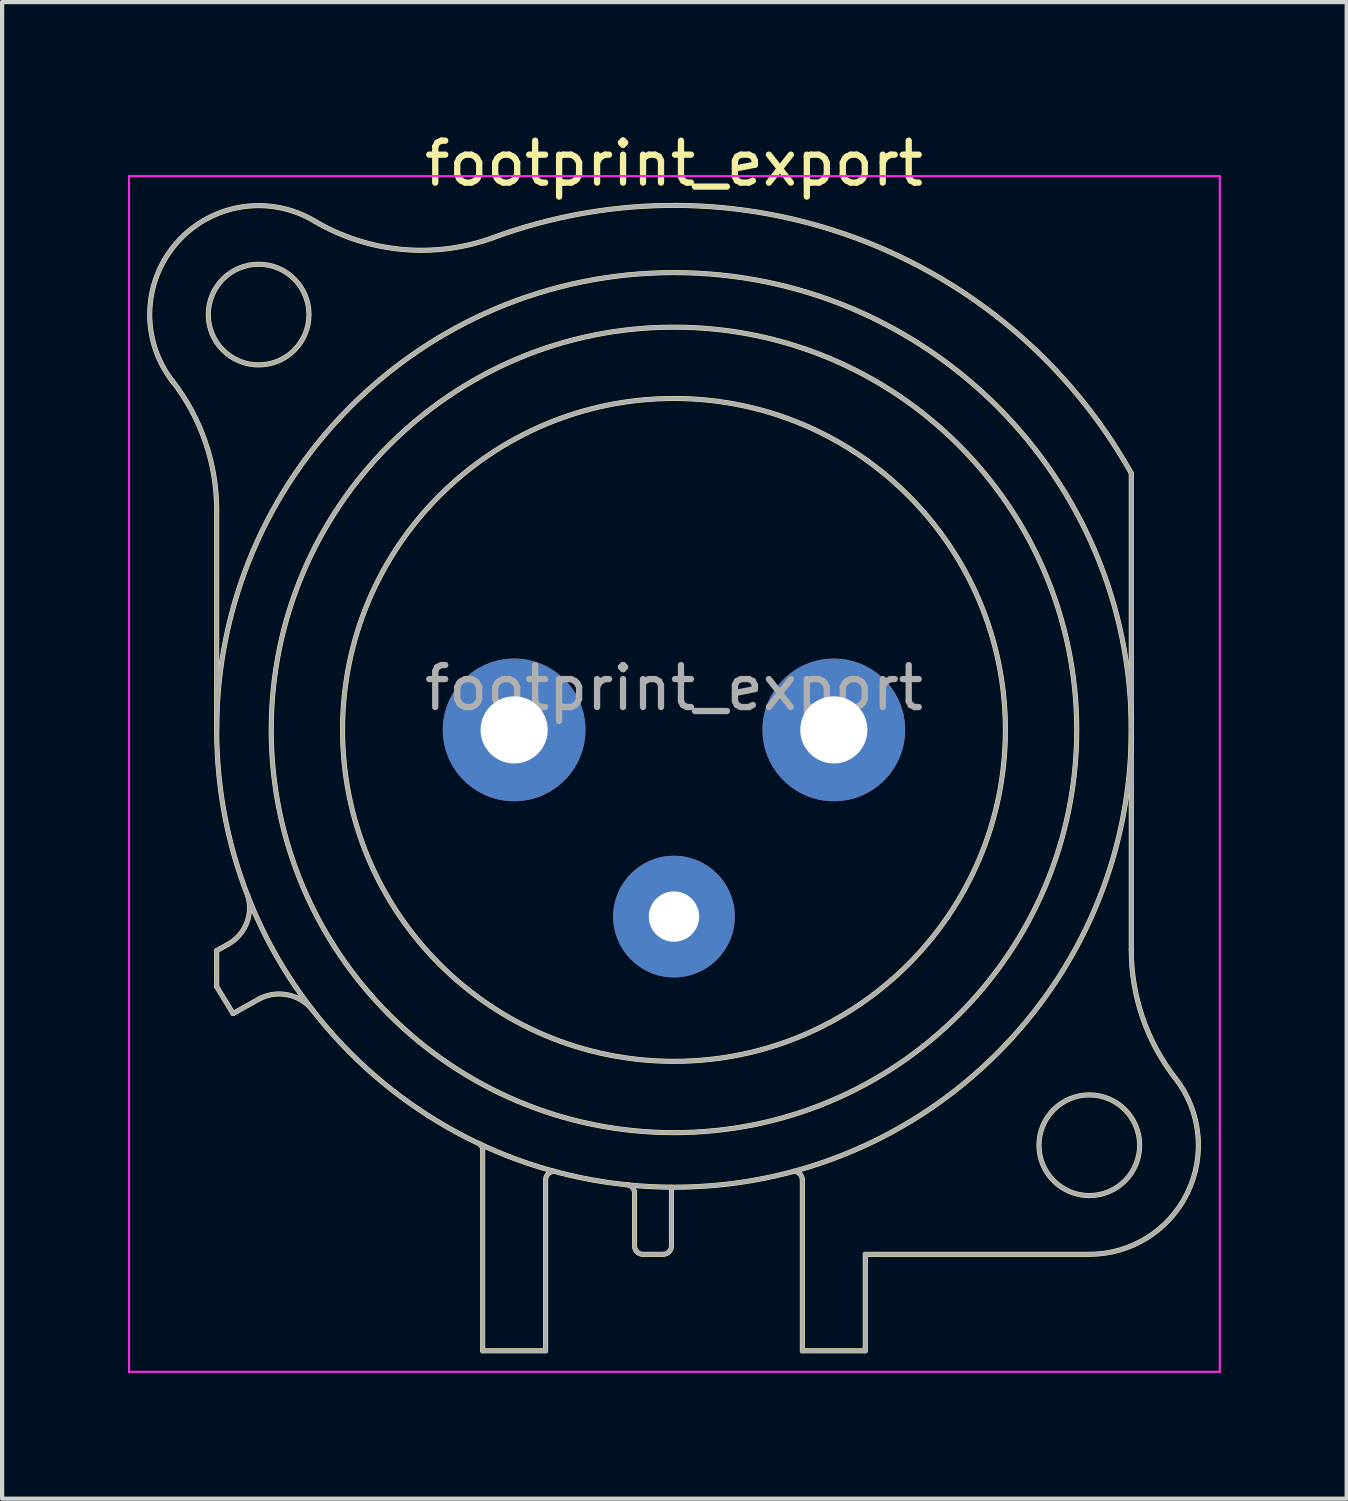
<source format=kicad_pcb>
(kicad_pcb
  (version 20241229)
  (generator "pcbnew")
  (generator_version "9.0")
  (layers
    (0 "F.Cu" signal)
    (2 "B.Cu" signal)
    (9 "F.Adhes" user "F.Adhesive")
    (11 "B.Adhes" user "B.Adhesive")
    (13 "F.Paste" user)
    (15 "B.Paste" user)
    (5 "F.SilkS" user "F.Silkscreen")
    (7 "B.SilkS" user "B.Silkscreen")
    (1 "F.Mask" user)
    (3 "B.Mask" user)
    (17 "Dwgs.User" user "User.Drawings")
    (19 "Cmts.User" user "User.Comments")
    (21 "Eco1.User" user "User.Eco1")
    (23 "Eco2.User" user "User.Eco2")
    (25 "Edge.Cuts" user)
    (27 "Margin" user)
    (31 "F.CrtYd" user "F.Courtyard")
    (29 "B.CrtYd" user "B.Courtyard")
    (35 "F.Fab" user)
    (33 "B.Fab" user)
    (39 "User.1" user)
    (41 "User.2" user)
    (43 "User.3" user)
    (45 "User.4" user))
  (footprint "footprint_export"
    (layer "F.Cu")
    (at 16.825 14.348)
    (property "Reference" "footprint_export" (at -3.81 -13.5 0) (layer "F.SilkS") (effects (font (size 1 1) (thickness 0.15))))
    (attr through_hole)
    (fp_line (start -14.71 0) (end -14.71 -5.24) (stroke (width 0.12) (type solid)) (layer "F.SilkS"))
    (fp_line (start -14.71 5.26) (end -14.44 5.11) (stroke (width 0.12) (type solid)) (layer "F.SilkS"))
    (fp_line (start -14.71 6.12) (end -14.71 5.26) (stroke (width 0.12) (type solid)) (layer "F.SilkS"))
    (fp_line (start -14.32 6.76) (end -14.71 6.12) (stroke (width 0.12) (type solid)) (layer "F.SilkS"))
    (fp_line (start -13.71 6.42) (end -14.32 6.76) (stroke (width 0.12) (type solid)) (layer "F.SilkS"))
    (fp_line (start -8.37 10.03) (end -8.37 14.8) (stroke (width 0.12) (type solid)) (layer "F.SilkS"))
    (fp_line (start -6.87 14.8) (end -8.37 14.8) (stroke (width 0.12) (type solid)) (layer "F.SilkS"))
    (fp_line (start -6.87 14.8) (end -6.87 10.73) (stroke (width 0.12) (type solid)) (layer "F.SilkS"))
    (fp_line (start -4.75 11.04) (end -4.75 12.3) (stroke (width 0.12) (type solid)) (layer "F.SilkS"))
    (fp_line (start -4.07 12.5) (end -4.55 12.5) (stroke (width 0.12) (type solid)) (layer "F.SilkS"))
    (fp_line (start -3.87 10.9) (end -3.87 12.3) (stroke (width 0.12) (type solid)) (layer "F.SilkS"))
    (fp_line (start -0.75 10.73) (end -0.75 10.73) (stroke (width 0.12) (type solid)) (layer "F.SilkS"))
    (fp_line (start -0.75 14.8) (end -0.75 10.73) (stroke (width 0.12) (type solid)) (layer "F.SilkS"))
    (fp_line (start 0.75 12.5) (end 6.09 12.5) (stroke (width 0.12) (type solid)) (layer "F.SilkS"))
    (fp_line (start 0.75 14.8) (end -0.75 14.8) (stroke (width 0.12) (type solid)) (layer "F.SilkS"))
    (fp_line (start 0.75 14.8) (end 0.75 12.5) (stroke (width 0.12) (type solid)) (layer "F.SilkS"))
    (fp_line (start 7.09 5.24) (end 7.09 -6.12) (stroke (width 0.12) (type solid)) (layer "F.SilkS"))
    (fp_arc (start -15.766689 -8.317569) (mid -14.98153 -6.866962) (end -14.71 -5.24) (stroke (width 0.12) (type solid)) (layer "F.SilkS"))
    (fp_arc (start -15.761979 -8.309032) (mid -15.65429 -11.620911) (end -12.38 -12.13) (stroke (width 0.12) (type solid)) (layer "F.SilkS"))
    (fp_arc (start -13.969214 3.951372) (mid -13.999461 4.614043) (end -14.44 5.11) (stroke (width 0.12) (type solid)) (layer "F.SilkS"))
    (fp_arc (start -13.71 6.42) (mid -13.01025 6.315915) (end -12.412202 6.693832) (stroke (width 0.12) (type solid)) (layer "F.SilkS"))
    (fp_arc (start -8.436364 9.870864) (mid -8.385177 9.942924) (end -8.37 10.03) (stroke (width 0.12) (type solid)) (layer "F.SilkS"))
    (fp_arc (start -8.12905 -11.730738) (mid 0.51404 -11.7289) (end 7.09 -6.12) (stroke (width 0.12) (type solid)) (layer "F.SilkS"))
    (fp_arc (start -8.118081 -11.733841) (mid -10.293498 -11.453642) (end -12.38 -12.13) (stroke (width 0.12) (type solid)) (layer "F.SilkS"))
    (fp_arc (start -6.87 10.73) (mid -6.814828 10.588126) (end -6.678303 10.520799) (stroke (width 0.12) (type solid)) (layer "F.SilkS"))
    (fp_arc (start -4.908418 10.84437) (mid -4.794571 10.914136) (end -4.75 11.04) (stroke (width 0.12) (type solid)) (layer "F.SilkS"))
    (fp_arc (start -4.55 12.5) (mid -4.691421 12.441421) (end -4.75 12.3) (stroke (width 0.12) (type solid)) (layer "F.SilkS"))
    (fp_arc (start -3.87 12.3) (mid -3.928579 12.441421) (end -4.07 12.5) (stroke (width 0.12) (type solid)) (layer "F.SilkS"))
    (fp_arc (start -0.949009 10.520288) (mid -0.807671 10.585446) (end -0.75 10.73) (stroke (width 0.12) (type solid)) (layer "F.SilkS"))
    (fp_arc (start 8.141619 8.302858) (mid 8.42587 11.041804) (end 6.09 12.5) (stroke (width 0.12) (type solid)) (layer "F.SilkS"))
    (fp_arc (start 8.14247 8.305283) (mid 7.360446 6.860467) (end 7.09 5.24) (stroke (width 0.12) (type solid)) (layer "F.SilkS"))
    (fp_circle (center -13.71 -9.9) (end -12.51 -9.9) (stroke (width 0.12) (type solid)) (fill no) (layer "F.SilkS"))
    (fp_circle (center -3.81 0) (end 4.09 0) (stroke (width 0.12) (type solid)) (fill no) (layer "F.SilkS"))
    (fp_circle (center -3.81 0) (end 5.79 0) (stroke (width 0.12) (type solid)) (fill no) (layer "F.SilkS"))
    (fp_circle (center -3.81 0) (end 7.09 0) (stroke (width 0.12) (type solid)) (fill no) (layer "F.SilkS"))
    (fp_circle (center 6.09 9.9) (end 7.29 9.9) (stroke (width 0.12) (type solid)) (fill no) (layer "F.SilkS"))
    (fp_line (start -16.8 -13.2) (end 9.2 -13.2) (stroke (width 0.05) (type solid)) (layer "F.CrtYd"))
    (fp_line (start -16.8 15.3) (end -16.8 -13.2) (stroke (width 0.05) (type solid)) (layer "F.CrtYd"))
    (fp_line (start 9.2 -13.2) (end 9.2 15.3) (stroke (width 0.05) (type solid)) (layer "F.CrtYd"))
    (fp_line (start 9.2 15.3) (end -16.8 15.3) (stroke (width 0.05) (type solid)) (layer "F.CrtYd"))
    (fp_line (start -14.71 0) (end -14.71 -5.24) (stroke (width 0.1) (type solid)) (layer "F.Fab"))
    (fp_line (start -14.71 5.26) (end -14.44 5.11) (stroke (width 0.1) (type solid)) (layer "F.Fab"))
    (fp_line (start -14.71 6.12) (end -14.71 5.26) (stroke (width 0.1) (type solid)) (layer "F.Fab"))
    (fp_line (start -14.32 6.76) (end -14.71 6.12) (stroke (width 0.1) (type solid)) (layer "F.Fab"))
    (fp_line (start -13.71 6.42) (end -14.32 6.76) (stroke (width 0.1) (type solid)) (layer "F.Fab"))
    (fp_line (start -8.37 10.03) (end -8.37 14.8) (stroke (width 0.1) (type solid)) (layer "F.Fab"))
    (fp_line (start -6.87 14.8) (end -8.37 14.8) (stroke (width 0.1) (type solid)) (layer "F.Fab"))
    (fp_line (start -6.87 14.8) (end -6.87 10.73) (stroke (width 0.1) (type solid)) (layer "F.Fab"))
    (fp_line (start -4.75 11.04) (end -4.75 12.3) (stroke (width 0.1) (type solid)) (layer "F.Fab"))
    (fp_line (start -4.07 12.5) (end -4.55 12.5) (stroke (width 0.1) (type solid)) (layer "F.Fab"))
    (fp_line (start -3.87 10.9) (end -3.87 12.3) (stroke (width 0.1) (type solid)) (layer "F.Fab"))
    (fp_line (start -0.75 10.73) (end -0.75 10.73) (stroke (width 0.1) (type solid)) (layer "F.Fab"))
    (fp_line (start -0.75 14.8) (end -0.75 10.73) (stroke (width 0.1) (type solid)) (layer "F.Fab"))
    (fp_line (start 0.75 12.5) (end 6.09 12.5) (stroke (width 0.1) (type solid)) (layer "F.Fab"))
    (fp_line (start 0.75 14.8) (end -0.75 14.8) (stroke (width 0.1) (type solid)) (layer "F.Fab"))
    (fp_line (start 0.75 14.8) (end 0.75 12.5) (stroke (width 0.1) (type solid)) (layer "F.Fab"))
    (fp_line (start 7.09 5.24) (end 7.09 -6.12) (stroke (width 0.1) (type solid)) (layer "F.Fab"))
    (fp_arc (start -15.766689 -8.317569) (mid -14.98153 -6.866962) (end -14.71 -5.24) (stroke (width 0.1) (type solid)) (layer "F.Fab"))
    (fp_arc (start -15.761979 -8.309032) (mid -15.65429 -11.620911) (end -12.38 -12.13) (stroke (width 0.1) (type solid)) (layer "F.Fab"))
    (fp_arc (start -13.969214 3.951372) (mid -13.999461 4.614043) (end -14.44 5.11) (stroke (width 0.1) (type solid)) (layer "F.Fab"))
    (fp_arc (start -13.71 6.42) (mid -13.01025 6.315915) (end -12.412202 6.693832) (stroke (width 0.1) (type solid)) (layer "F.Fab"))
    (fp_arc (start -8.436364 9.870864) (mid -8.385177 9.942924) (end -8.37 10.03) (stroke (width 0.1) (type solid)) (layer "F.Fab"))
    (fp_arc (start -8.12905 -11.730738) (mid 0.51404 -11.7289) (end 7.09 -6.12) (stroke (width 0.1) (type solid)) (layer "F.Fab"))
    (fp_arc (start -8.118081 -11.733841) (mid -10.293498 -11.453642) (end -12.38 -12.13) (stroke (width 0.1) (type solid)) (layer "F.Fab"))
    (fp_arc (start -6.87 10.73) (mid -6.814828 10.588126) (end -6.678303 10.520799) (stroke (width 0.1) (type solid)) (layer "F.Fab"))
    (fp_arc (start -4.908418 10.84437) (mid -4.794571 10.914136) (end -4.75 11.04) (stroke (width 0.1) (type solid)) (layer "F.Fab"))
    (fp_arc (start -4.55 12.5) (mid -4.691421 12.441421) (end -4.75 12.3) (stroke (width 0.1) (type solid)) (layer "F.Fab"))
    (fp_arc (start -3.87 12.3) (mid -3.928579 12.441421) (end -4.07 12.5) (stroke (width 0.1) (type solid)) (layer "F.Fab"))
    (fp_arc (start -0.949009 10.520288) (mid -0.807671 10.585446) (end -0.75 10.73) (stroke (width 0.1) (type solid)) (layer "F.Fab"))
    (fp_arc (start 8.141619 8.302858) (mid 8.42587 11.041804) (end 6.09 12.5) (stroke (width 0.1) (type solid)) (layer "F.Fab"))
    (fp_arc (start 8.14247 8.305283) (mid 7.360446 6.860467) (end 7.09 5.24) (stroke (width 0.1) (type solid)) (layer "F.Fab"))
    (fp_circle (center -13.71 -9.9) (end -12.51 -9.9) (stroke (width 0.1) (type solid)) (fill no) (layer "F.Fab"))
    (fp_circle (center -3.81 0) (end 4.09 0) (stroke (width 0.1) (type solid)) (fill no) (layer "F.Fab"))
    (fp_circle (center -3.81 0) (end 5.79 0) (stroke (width 0.1) (type solid)) (fill no) (layer "F.Fab"))
    (fp_circle (center -3.81 0) (end 7.09 0) (stroke (width 0.1) (type solid)) (fill no) (layer "F.Fab"))
    (fp_circle (center 6.09 9.9) (end 7.29 9.9) (stroke (width 0.1) (type solid)) (fill no) (layer "F.Fab"))
    (fp_text user "${REFERENCE}" (at -3.81 -1 0) (layer "F.Fab") (effects (font (size 1 1) (thickness 0.15))))
    (pad "1" thru_hole circle (at 0 0) (size 3.4 3.4) (drill 1.6) (layers "*.Cu" "*.Mask"))
    (pad "2" thru_hole circle (at -7.62 0) (size 3.4 3.4) (drill 1.6) (layers "*.Cu" "*.Mask"))
    (pad "3" thru_hole circle (at -3.81 4.45) (size 2.9 2.9) (drill 1.2) (layers "*.Cu" "*.Mask")))
  (gr_rect
    (start -3 -3)
    (end 29.05 32.673)
    (stroke (width 0.1) (type default))
    (fill no)
    (layer "Edge.Cuts")))
</source>
